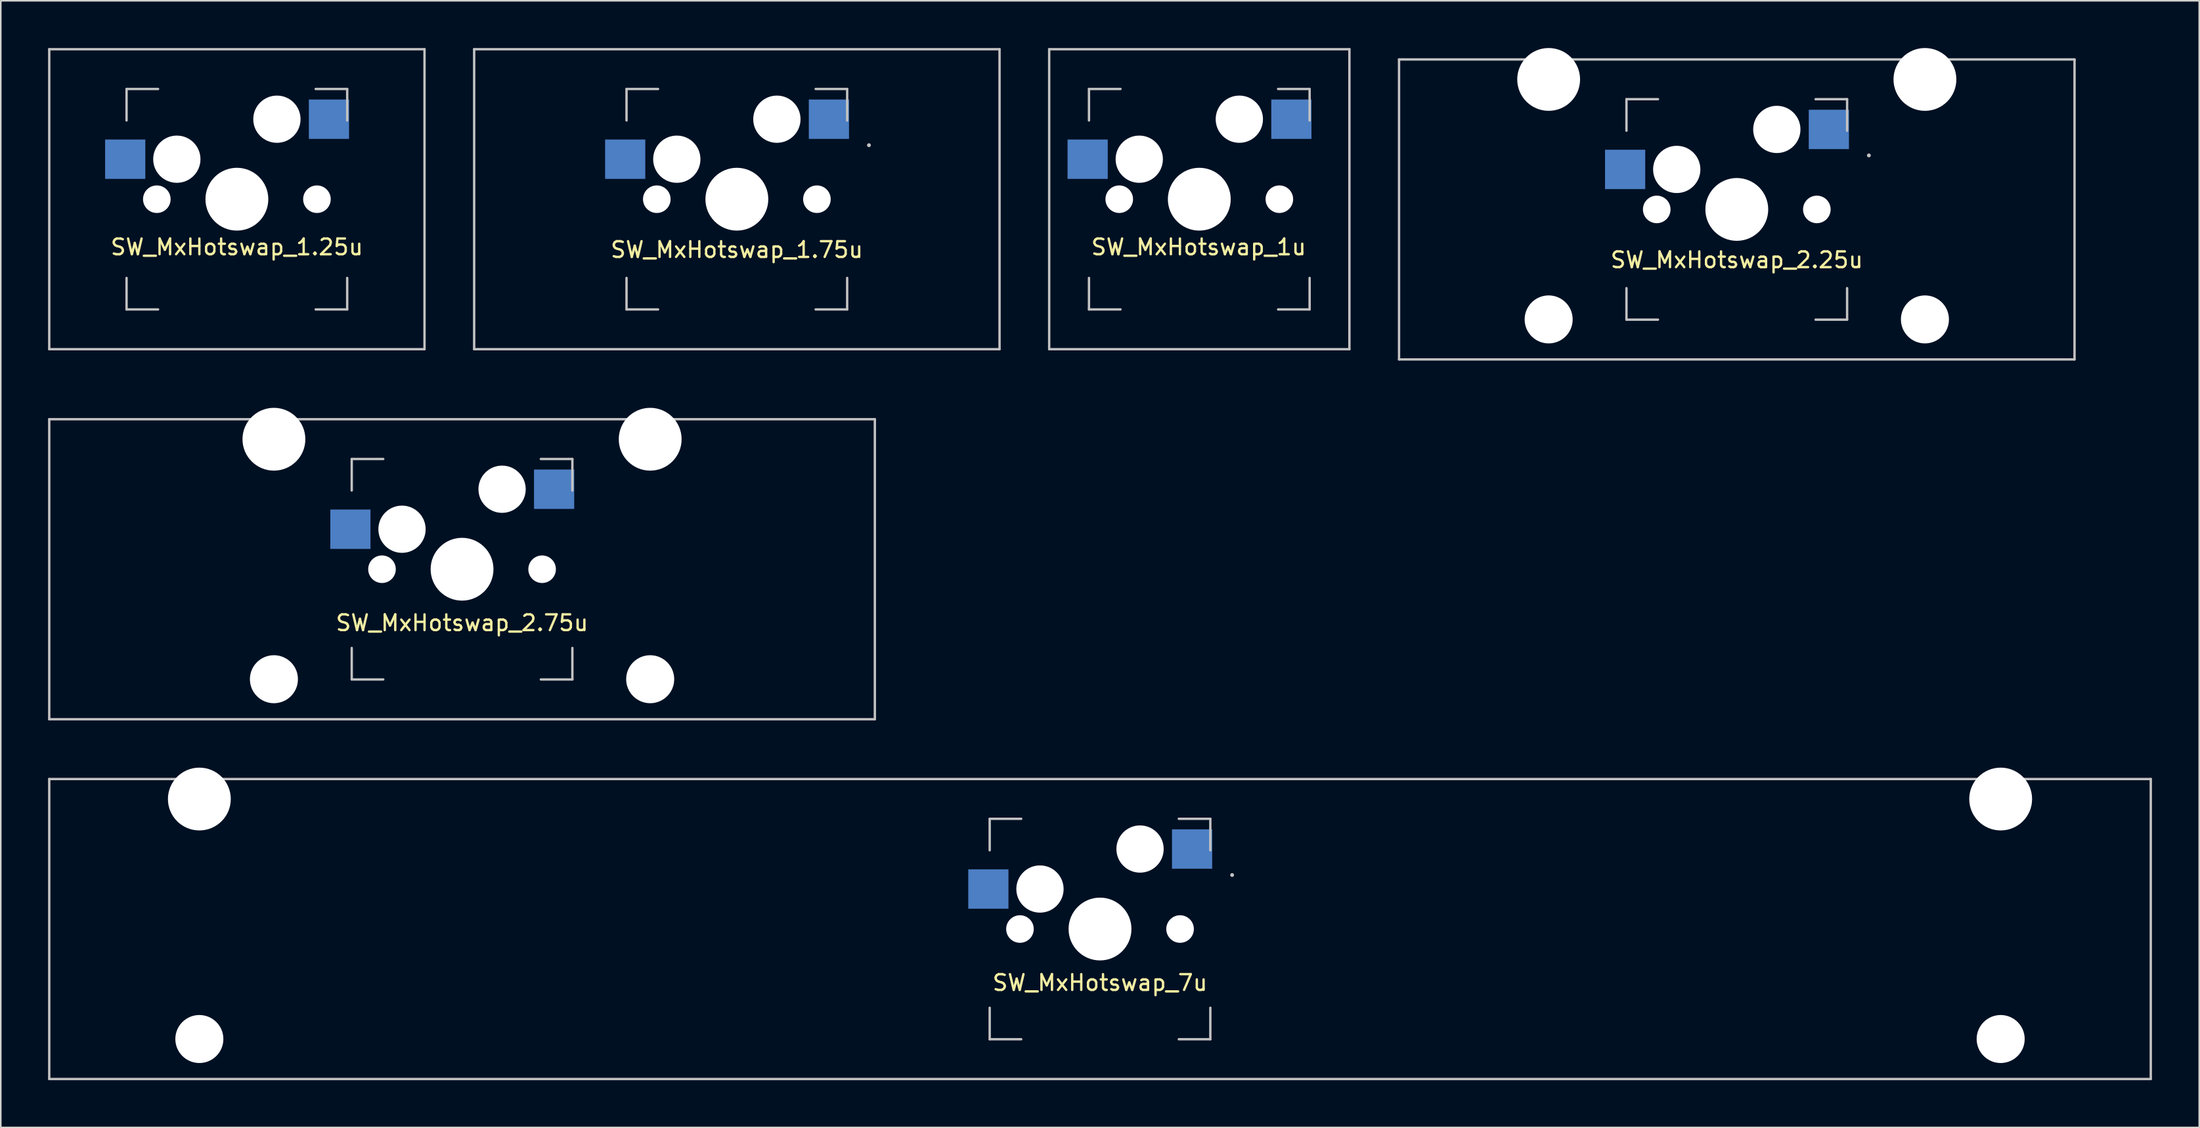
<source format=kicad_pcb>
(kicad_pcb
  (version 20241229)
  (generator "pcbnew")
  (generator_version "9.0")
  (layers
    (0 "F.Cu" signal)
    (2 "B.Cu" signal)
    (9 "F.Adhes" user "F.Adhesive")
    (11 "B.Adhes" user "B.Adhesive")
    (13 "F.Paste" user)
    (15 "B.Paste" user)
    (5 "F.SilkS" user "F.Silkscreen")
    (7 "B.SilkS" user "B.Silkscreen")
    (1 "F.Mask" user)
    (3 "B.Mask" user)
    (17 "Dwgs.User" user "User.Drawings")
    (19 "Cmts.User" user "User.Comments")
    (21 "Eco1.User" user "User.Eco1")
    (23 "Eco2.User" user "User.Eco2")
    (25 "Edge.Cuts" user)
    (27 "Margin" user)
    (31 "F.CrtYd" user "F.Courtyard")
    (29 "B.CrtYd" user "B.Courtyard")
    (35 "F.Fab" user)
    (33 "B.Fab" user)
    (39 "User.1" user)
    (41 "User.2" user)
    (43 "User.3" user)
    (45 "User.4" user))
  (footprint "SW_MxHotswap_1.25u"
    (layer "F.Cu")
    (at 11.981 9.6)
    (property "Reference" "SW_MxHotswap_1.25u" (at 0 3.04 0) (layer "F.SilkS") (effects (font (size 1 1) (thickness 0.15))))
    (attr through_hole)
    (fp_line (start -11.906 -9.525) (end 11.906 -9.525) (stroke (width 0.15) (type solid)) (layer "Dwgs.User"))
    (fp_line (start -11.906 9.525) (end -11.906 -9.525) (stroke (width 0.15) (type solid)) (layer "Dwgs.User"))
    (fp_line (start -7 -7) (end -7 -5) (stroke (width 0.15) (type solid)) (layer "Dwgs.User"))
    (fp_line (start -7 5) (end -7 7) (stroke (width 0.15) (type solid)) (layer "Dwgs.User"))
    (fp_line (start -7 7) (end -5 7) (stroke (width 0.15) (type solid)) (layer "Dwgs.User"))
    (fp_line (start -5 -7) (end -7 -7) (stroke (width 0.15) (type solid)) (layer "Dwgs.User"))
    (fp_line (start 5 -7) (end 7 -7) (stroke (width 0.15) (type solid)) (layer "Dwgs.User"))
    (fp_line (start 5 7) (end 7 7) (stroke (width 0.15) (type solid)) (layer "Dwgs.User"))
    (fp_line (start 7 -7) (end 7 -5) (stroke (width 0.15) (type solid)) (layer "Dwgs.User"))
    (fp_line (start 7 7) (end 7 5) (stroke (width 0.15) (type solid)) (layer "Dwgs.User"))
    (fp_line (start 11.906 -9.525) (end 11.906 9.525) (stroke (width 0.15) (type solid)) (layer "Dwgs.User"))
    (fp_line (start 11.906 9.525) (end -11.906 9.525) (stroke (width 0.15) (type solid)) (layer "Dwgs.User"))
    (pad "" np_thru_hole circle (at -5.08 0 48.1) (size 1.75 1.75) (drill 1.75) (layers "*.Cu" "*.Mask"))
    (pad "" np_thru_hole circle (at -3.81 -2.54) (size 3 3) (drill 3) (layers "*.Cu" "*.Mask"))
    (pad "" np_thru_hole circle (at 0 0) (size 3.988 3.988) (drill 3.988) (layers "*.Cu" "*.Mask"))
    (pad "" np_thru_hole circle (at 2.54 -5.08) (size 3 3) (drill 3) (layers "*.Cu" "*.Mask"))
    (pad "" np_thru_hole circle (at 5.08 0 48.1) (size 1.75 1.75) (drill 1.75) (layers "*.Cu" "*.Mask"))
    (pad "1" smd rect (at -7.085 -2.54) (size 2.55 2.5) (layers "B.Cu" "B.Mask" "B.Paste"))
    (pad "2" smd rect (at 5.842 -5.08) (size 2.55 2.5) (layers "B.Cu" "B.Mask" "B.Paste")))
  (footprint "SW_MxHotswap_1u"
    (layer "F.Cu")
    (at 73.05 9.6)
    (property "Reference" "SW_MxHotswap_1u" (at -0.04 3.04 0) (layer "F.SilkS") (effects (font (size 1 1) (thickness 0.15))))
    (attr through_hole)
    (fp_line (start -9.525 -9.525) (end 9.525 -9.525) (stroke (width 0.15) (type solid)) (layer "Dwgs.User"))
    (fp_line (start -9.525 9.525) (end -9.525 -9.525) (stroke (width 0.15) (type solid)) (layer "Dwgs.User"))
    (fp_line (start -7 -7) (end -7 -5) (stroke (width 0.15) (type solid)) (layer "Dwgs.User"))
    (fp_line (start -7 7) (end -7 5) (stroke (width 0.15) (type solid)) (layer "Dwgs.User"))
    (fp_line (start -5 -7) (end -7 -7) (stroke (width 0.15) (type solid)) (layer "Dwgs.User"))
    (fp_line (start -5 7) (end -7 7) (stroke (width 0.15) (type solid)) (layer "Dwgs.User"))
    (fp_line (start 5 -7) (end 7 -7) (stroke (width 0.15) (type solid)) (layer "Dwgs.User"))
    (fp_line (start 7 -7) (end 7 -5) (stroke (width 0.15) (type solid)) (layer "Dwgs.User"))
    (fp_line (start 7 5) (end 7 7) (stroke (width 0.15) (type solid)) (layer "Dwgs.User"))
    (fp_line (start 7 7) (end 5 7) (stroke (width 0.15) (type solid)) (layer "Dwgs.User"))
    (fp_line (start 9.525 -9.525) (end 9.525 9.525) (stroke (width 0.15) (type solid)) (layer "Dwgs.User"))
    (fp_line (start 9.525 9.525) (end -9.525 9.525) (stroke (width 0.15) (type solid)) (layer "Dwgs.User"))
    (pad "" np_thru_hole circle (at -5.08 0 48.1) (size 1.75 1.75) (drill 1.75) (layers "*.Cu" "*.Mask"))
    (pad "" np_thru_hole circle (at -3.81 -2.54) (size 3 3) (drill 3) (layers "*.Cu" "*.Mask"))
    (pad "" np_thru_hole circle (at 0 0) (size 3.988 3.988) (drill 3.988) (layers "*.Cu" "*.Mask"))
    (pad "" np_thru_hole circle (at 2.54 -5.08) (size 3 3) (drill 3) (layers "*.Cu" "*.Mask"))
    (pad "" np_thru_hole circle (at 5.08 0 48.1) (size 1.75 1.75) (drill 1.75) (layers "*.Cu" "*.Mask"))
    (pad "1" smd rect (at -7.085 -2.54) (size 2.55 2.5) (layers "B.Cu" "B.Mask" "B.Paste"))
    (pad "2" smd rect (at 5.842 -5.08) (size 2.55 2.5) (layers "B.Cu" "B.Mask" "B.Paste")))
  (footprint "SW_MxHotswap_1.75u"
    (layer "F.Cu")
    (at 43.706 9.6)
    (property "Reference" "SW_MxHotswap_1.75u" (at 0 3.21 0) (layer "F.SilkS") (effects (font (size 1 1) (thickness 0.15))))
    (attr through_hole)
    (fp_line (start -16.669 -9.525) (end 16.669 -9.525) (stroke (width 0.15) (type solid)) (layer "Dwgs.User"))
    (fp_line (start -16.669 9.525) (end -16.669 -9.525) (stroke (width 0.15) (type solid)) (layer "Dwgs.User"))
    (fp_line (start -7 -7) (end -7 -5) (stroke (width 0.15) (type solid)) (layer "Dwgs.User"))
    (fp_line (start -7 5) (end -7 7) (stroke (width 0.15) (type solid)) (layer "Dwgs.User"))
    (fp_line (start -7 7) (end -5 7) (stroke (width 0.15) (type solid)) (layer "Dwgs.User"))
    (fp_line (start -5 -7) (end -7 -7) (stroke (width 0.15) (type solid)) (layer "Dwgs.User"))
    (fp_line (start 5 -7) (end 7 -7) (stroke (width 0.15) (type solid)) (layer "Dwgs.User"))
    (fp_line (start 5 7) (end 7 7) (stroke (width 0.15) (type solid)) (layer "Dwgs.User"))
    (fp_line (start 7 -7) (end 7 -5) (stroke (width 0.15) (type solid)) (layer "Dwgs.User"))
    (fp_line (start 7 7) (end 7 5) (stroke (width 0.15) (type solid)) (layer "Dwgs.User"))
    (fp_line (start 16.669 -9.525) (end 16.669 9.525) (stroke (width 0.15) (type solid)) (layer "Dwgs.User"))
    (fp_line (start 16.669 9.525) (end -16.669 9.525) (stroke (width 0.15) (type solid)) (layer "Dwgs.User"))
    (fp_circle (center 8.382 -3.429) (end 8.445 -3.429) (stroke (width 0.12) (type solid)) (fill no) (layer "Dwgs.User"))
    (pad "" np_thru_hole circle (at -5.08 0 48.1) (size 1.75 1.75) (drill 1.75) (layers "*.Cu" "*.Mask"))
    (pad "" np_thru_hole circle (at -3.81 -2.54) (size 3 3) (drill 3) (layers "*.Cu" "*.Mask"))
    (pad "" np_thru_hole circle (at 0 0) (size 3.988 3.988) (drill 3.988) (layers "*.Cu" "*.Mask"))
    (pad "" np_thru_hole circle (at 2.54 -5.08) (size 3 3) (drill 3) (layers "*.Cu" "*.Mask"))
    (pad "" np_thru_hole circle (at 5.08 0 48.1) (size 1.75 1.75) (drill 1.75) (layers "*.Cu" "*.Mask"))
    (pad "1" smd rect (at -7.085 -2.54) (size 2.55 2.5) (layers "B.Cu" "B.Mask" "B.Paste"))
    (pad "2" smd rect (at 5.842 -5.08) (size 2.55 2.5) (layers "B.Cu" "B.Mask" "B.Paste")))
  (footprint "SW_MxHotswap_2.25u"
    (layer "F.Cu")
    (at 107.156 10.249)
    (property "Reference" "SW_MxHotswap_2.25u" (at 0 3.21 0) (layer "F.SilkS") (effects (font (size 1 1) (thickness 0.15))))
    (attr through_hole)
    (fp_line (start -21.431 -9.525) (end 21.431 -9.525) (stroke (width 0.15) (type solid)) (layer "Dwgs.User"))
    (fp_line (start -21.431 9.525) (end -21.431 -9.525) (stroke (width 0.15) (type solid)) (layer "Dwgs.User"))
    (fp_line (start -7 -7) (end -7 -5) (stroke (width 0.15) (type solid)) (layer "Dwgs.User"))
    (fp_line (start -7 5) (end -7 7) (stroke (width 0.15) (type solid)) (layer "Dwgs.User"))
    (fp_line (start -7 7) (end -5 7) (stroke (width 0.15) (type solid)) (layer "Dwgs.User"))
    (fp_line (start -5 -7) (end -7 -7) (stroke (width 0.15) (type solid)) (layer "Dwgs.User"))
    (fp_line (start 5 -7) (end 7 -7) (stroke (width 0.15) (type solid)) (layer "Dwgs.User"))
    (fp_line (start 5 7) (end 7 7) (stroke (width 0.15) (type solid)) (layer "Dwgs.User"))
    (fp_line (start 7 -7) (end 7 -5) (stroke (width 0.15) (type solid)) (layer "Dwgs.User"))
    (fp_line (start 7 7) (end 7 5) (stroke (width 0.15) (type solid)) (layer "Dwgs.User"))
    (fp_line (start 21.431 -9.525) (end 21.431 9.525) (stroke (width 0.15) (type solid)) (layer "Dwgs.User"))
    (fp_line (start 21.431 9.525) (end -21.431 9.525) (stroke (width 0.15) (type solid)) (layer "Dwgs.User"))
    (fp_circle (center 8.382 -3.429) (end 8.445 -3.429) (stroke (width 0.12) (type solid)) (fill no) (layer "Dwgs.User"))
    (pad "" np_thru_hole circle (at -11.938 -8.255 180) (size 3.988 3.988) (drill 3.988) (layers "*.Cu" "*.Mask"))
    (pad "" np_thru_hole circle (at -11.938 6.985 180) (size 3.048 3.048) (drill 3.048) (layers "*.Cu" "*.Mask"))
    (pad "" np_thru_hole circle (at -5.08 0 48.1) (size 1.75 1.75) (drill 1.75) (layers "*.Cu" "*.Mask"))
    (pad "" np_thru_hole circle (at -3.81 -2.54) (size 3 3) (drill 3) (layers "*.Cu" "*.Mask"))
    (pad "" np_thru_hole circle (at 0 0) (size 3.988 3.988) (drill 3.988) (layers "*.Cu" "*.Mask"))
    (pad "" np_thru_hole circle (at 2.54 -5.08) (size 3 3) (drill 3) (layers "*.Cu" "*.Mask"))
    (pad "" np_thru_hole circle (at 5.08 0 48.1) (size 1.75 1.75) (drill 1.75) (layers "*.Cu" "*.Mask"))
    (pad "" np_thru_hole circle (at 11.938 -8.255 180) (size 3.988 3.988) (drill 3.988) (layers "*.Cu" "*.Mask"))
    (pad "" np_thru_hole circle (at 11.938 6.985 180) (size 3.048 3.048) (drill 3.048) (layers "*.Cu" "*.Mask"))
    (pad "1" smd rect (at -7.085 -2.54) (size 2.55 2.5) (layers "B.Cu" "B.Mask" "B.Paste"))
    (pad "2" smd rect (at 5.842 -5.08) (size 2.55 2.5) (layers "B.Cu" "B.Mask" "B.Paste")))
  (footprint "SW_MxHotswap_2.75u"
    (layer "F.Cu")
    (at 26.269 33.098)
    (property "Reference" "SW_MxHotswap_2.75u" (at 0 3.41 0) (layer "F.SilkS") (effects (font (size 1 1) (thickness 0.15))))
    (attr through_hole)
    (fp_line (start -26.194 -9.525) (end 26.194 -9.525) (stroke (width 0.15) (type solid)) (layer "Dwgs.User"))
    (fp_line (start -26.194 9.525) (end -26.194 -9.525) (stroke (width 0.15) (type solid)) (layer "Dwgs.User"))
    (fp_line (start -7 -7) (end -7 -5) (stroke (width 0.15) (type solid)) (layer "Dwgs.User"))
    (fp_line (start -7 5) (end -7 7) (stroke (width 0.15) (type solid)) (layer "Dwgs.User"))
    (fp_line (start -7 7) (end -5 7) (stroke (width 0.15) (type solid)) (layer "Dwgs.User"))
    (fp_line (start -5 -7) (end -7 -7) (stroke (width 0.15) (type solid)) (layer "Dwgs.User"))
    (fp_line (start 5 -7) (end 7 -7) (stroke (width 0.15) (type solid)) (layer "Dwgs.User"))
    (fp_line (start 5 7) (end 7 7) (stroke (width 0.15) (type solid)) (layer "Dwgs.User"))
    (fp_line (start 7 -7) (end 7 -5) (stroke (width 0.15) (type solid)) (layer "Dwgs.User"))
    (fp_line (start 7 7) (end 7 5) (stroke (width 0.15) (type solid)) (layer "Dwgs.User"))
    (fp_line (start 26.194 -9.525) (end 26.194 9.525) (stroke (width 0.15) (type solid)) (layer "Dwgs.User"))
    (fp_line (start 26.194 9.525) (end -26.194 9.525) (stroke (width 0.15) (type solid)) (layer "Dwgs.User"))
    (pad "" np_thru_hole circle (at -11.938 -8.255 180) (size 3.988 3.988) (drill 3.988) (layers "*.Cu" "*.Mask"))
    (pad "" np_thru_hole circle (at -11.938 6.985 180) (size 3.048 3.048) (drill 3.048) (layers "*.Cu" "*.Mask"))
    (pad "" np_thru_hole circle (at -5.08 0 48.1) (size 1.75 1.75) (drill 1.75) (layers "*.Cu" "*.Mask"))
    (pad "" np_thru_hole circle (at -3.81 -2.54) (size 3 3) (drill 3) (layers "*.Cu" "*.Mask"))
    (pad "" np_thru_hole circle (at 0 0) (size 3.988 3.988) (drill 3.988) (layers "*.Cu" "*.Mask"))
    (pad "" np_thru_hole circle (at 2.54 -5.08) (size 3 3) (drill 3) (layers "*.Cu" "*.Mask"))
    (pad "" np_thru_hole circle (at 5.08 0 48.1) (size 1.75 1.75) (drill 1.75) (layers "*.Cu" "*.Mask"))
    (pad "" np_thru_hole circle (at 11.938 -8.255 180) (size 3.988 3.988) (drill 3.988) (layers "*.Cu" "*.Mask"))
    (pad "" np_thru_hole circle (at 11.938 6.985 180) (size 3.048 3.048) (drill 3.048) (layers "*.Cu" "*.Mask"))
    (pad "1" smd rect (at -7.085 -2.54) (size 2.55 2.5) (layers "B.Cu" "B.Mask" "B.Paste"))
    (pad "2" smd rect (at 5.842 -5.08) (size 2.55 2.5) (layers "B.Cu" "B.Mask" "B.Paste")))
  (footprint "SW_MxHotswap_7u"
    (layer "F.Cu")
    (at 66.75 55.947)
    (property "Reference" "SW_MxHotswap_7u" (at 0 3.41 0) (layer "F.SilkS") (effects (font (size 1 1) (thickness 0.15))))
    (attr through_hole)
    (fp_line (start -66.675 -9.525) (end 66.675 -9.525) (stroke (width 0.15) (type solid)) (layer "Dwgs.User"))
    (fp_line (start -66.675 9.525) (end -66.675 -9.525) (stroke (width 0.15) (type solid)) (layer "Dwgs.User"))
    (fp_line (start -7 -7) (end -7 -5) (stroke (width 0.15) (type solid)) (layer "Dwgs.User"))
    (fp_line (start -7 5) (end -7 7) (stroke (width 0.15) (type solid)) (layer "Dwgs.User"))
    (fp_line (start -7 7) (end -5 7) (stroke (width 0.15) (type solid)) (layer "Dwgs.User"))
    (fp_line (start -5 -7) (end -7 -7) (stroke (width 0.15) (type solid)) (layer "Dwgs.User"))
    (fp_line (start 5 -7) (end 7 -7) (stroke (width 0.15) (type solid)) (layer "Dwgs.User"))
    (fp_line (start 5 7) (end 7 7) (stroke (width 0.15) (type solid)) (layer "Dwgs.User"))
    (fp_line (start 7 -7) (end 7 -5) (stroke (width 0.15) (type solid)) (layer "Dwgs.User"))
    (fp_line (start 7 7) (end 7 5) (stroke (width 0.15) (type solid)) (layer "Dwgs.User"))
    (fp_line (start 66.675 -9.525) (end 66.675 9.525) (stroke (width 0.15) (type solid)) (layer "Dwgs.User"))
    (fp_line (start 66.675 9.525) (end -66.675 9.525) (stroke (width 0.15) (type solid)) (layer "Dwgs.User"))
    (fp_circle (center 8.382 -3.429) (end 8.445 -3.429) (stroke (width 0.12) (type solid)) (fill no) (layer "Dwgs.User"))
    (pad "" np_thru_hole circle (at -57.15 -8.255 180) (size 3.988 3.988) (drill 3.988) (layers "*.Cu" "*.Mask"))
    (pad "" np_thru_hole circle (at -57.15 6.985 180) (size 3.048 3.048) (drill 3.048) (layers "*.Cu" "*.Mask"))
    (pad "" np_thru_hole circle (at -5.08 0 48.1) (size 1.75 1.75) (drill 1.75) (layers "*.Cu" "*.Mask"))
    (pad "" np_thru_hole circle (at -3.81 -2.54) (size 3 3) (drill 3) (layers "*.Cu" "*.Mask"))
    (pad "" np_thru_hole circle (at 0 0) (size 3.988 3.988) (drill 3.988) (layers "*.Cu" "*.Mask"))
    (pad "" np_thru_hole circle (at 2.54 -5.08) (size 3 3) (drill 3) (layers "*.Cu" "*.Mask"))
    (pad "" np_thru_hole circle (at 5.08 0 48.1) (size 1.75 1.75) (drill 1.75) (layers "*.Cu" "*.Mask"))
    (pad "" np_thru_hole circle (at 57.15 -8.255 180) (size 3.988 3.988) (drill 3.988) (layers "*.Cu" "*.Mask"))
    (pad "" np_thru_hole circle (at 57.15 6.985 180) (size 3.048 3.048) (drill 3.048) (layers "*.Cu" "*.Mask"))
    (pad "1" smd rect (at -7.085 -2.54) (size 2.55 2.5) (layers "B.Cu" "B.Mask" "B.Paste"))
    (pad "2" smd rect (at 5.842 -5.08) (size 2.55 2.5) (layers "B.Cu" "B.Mask" "B.Paste")))
  (gr_rect
    (start -3 -3)
    (end 136.5 68.547)
    (stroke (width 0.1) (type default))
    (fill no)
    (layer "Edge.Cuts")))
</source>
